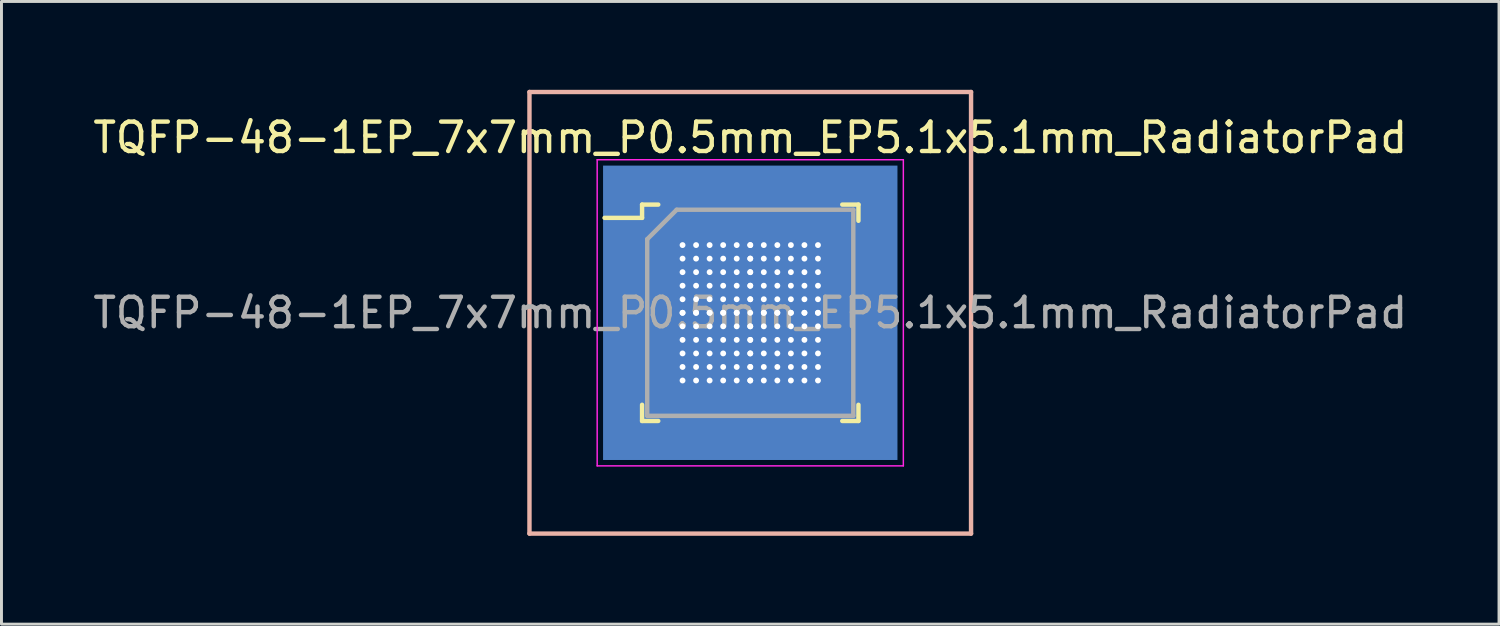
<source format=kicad_pcb>
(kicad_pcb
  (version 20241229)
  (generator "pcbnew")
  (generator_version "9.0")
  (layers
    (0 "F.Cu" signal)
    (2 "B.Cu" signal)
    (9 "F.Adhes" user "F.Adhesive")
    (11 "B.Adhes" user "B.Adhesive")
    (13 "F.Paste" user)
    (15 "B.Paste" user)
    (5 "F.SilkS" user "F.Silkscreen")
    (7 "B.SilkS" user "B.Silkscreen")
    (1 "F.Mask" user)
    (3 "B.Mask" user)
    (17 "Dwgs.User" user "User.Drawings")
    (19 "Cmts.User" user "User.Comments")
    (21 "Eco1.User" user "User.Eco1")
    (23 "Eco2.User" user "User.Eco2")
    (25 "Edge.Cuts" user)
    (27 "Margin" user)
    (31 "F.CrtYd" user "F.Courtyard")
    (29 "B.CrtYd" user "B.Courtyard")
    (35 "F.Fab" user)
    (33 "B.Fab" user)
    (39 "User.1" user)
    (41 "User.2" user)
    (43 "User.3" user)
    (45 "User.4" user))
  (footprint "TQFP-48-1EP_7x7mm_P0.5mm_EP5.1x5.1mm_RadiatorPad"
    (layer "F.Cu")
    (at 22.435 7.575)
    (property "Reference" "TQFP-48-1EP_7x7mm_P0.5mm_EP5.1x5.1mm_RadiatorPad" (at 0 -5.95 0) (layer "F.SilkS") (effects (font (size 1 1) (thickness 0.15))))
    (attr smd)
    (fp_line (start -3.675 -3.675) (end -3.675 -3.225) (stroke (width 0.15) (type solid)) (layer "F.SilkS"))
    (fp_line (start -3.675 -3.675) (end -3.125 -3.675) (stroke (width 0.15) (type solid)) (layer "F.SilkS"))
    (fp_line (start -3.675 -3.225) (end -4.95 -3.225) (stroke (width 0.15) (type solid)) (layer "F.SilkS"))
    (fp_line (start -3.675 3.675) (end -3.675 3.125) (stroke (width 0.15) (type solid)) (layer "F.SilkS"))
    (fp_line (start -3.675 3.675) (end -3.125 3.675) (stroke (width 0.15) (type solid)) (layer "F.SilkS"))
    (fp_line (start 3.675 -3.675) (end 3.125 -3.675) (stroke (width 0.15) (type solid)) (layer "F.SilkS"))
    (fp_line (start 3.675 -3.675) (end 3.675 -3.125) (stroke (width 0.15) (type solid)) (layer "F.SilkS"))
    (fp_line (start 3.675 3.675) (end 3.125 3.675) (stroke (width 0.15) (type solid)) (layer "F.SilkS"))
    (fp_line (start 3.675 3.675) (end 3.675 3.125) (stroke (width 0.15) (type solid)) (layer "F.SilkS"))
    (fp_line (start -7.5 -7.5) (end -7.5 7.5) (stroke (width 0.15) (type solid)) (layer "B.SilkS"))
    (fp_line (start -7.5 7.5) (end 7.5 7.5) (stroke (width 0.15) (type solid)) (layer "B.SilkS"))
    (fp_line (start 7.5 -7.5) (end -7.5 -7.5) (stroke (width 0.15) (type solid)) (layer "B.SilkS"))
    (fp_line (start 7.5 7.5) (end 7.5 -7.5) (stroke (width 0.15) (type solid)) (layer "B.SilkS"))
    (fp_line (start -5.2 -5.2) (end -5.2 5.2) (stroke (width 0.05) (type solid)) (layer "F.CrtYd"))
    (fp_line (start -5.2 -5.2) (end 5.2 -5.2) (stroke (width 0.05) (type solid)) (layer "F.CrtYd"))
    (fp_line (start -5.2 5.2) (end 5.2 5.2) (stroke (width 0.05) (type solid)) (layer "F.CrtYd"))
    (fp_line (start 5.2 -5.2) (end 5.2 5.2) (stroke (width 0.05) (type solid)) (layer "F.CrtYd"))
    (fp_line (start -3.5 -2.5) (end -2.5 -3.5) (stroke (width 0.15) (type solid)) (layer "F.Fab"))
    (fp_line (start -3.5 3.5) (end -3.5 -2.5) (stroke (width 0.15) (type solid)) (layer "F.Fab"))
    (fp_line (start -2.5 -3.5) (end 3.5 -3.5) (stroke (width 0.15) (type solid)) (layer "F.Fab"))
    (fp_line (start 3.5 -3.5) (end 3.5 3.5) (stroke (width 0.15) (type solid)) (layer "F.Fab"))
    (fp_line (start 3.5 3.5) (end -3.5 3.5) (stroke (width 0.15) (type solid)) (layer "F.Fab"))
    (fp_text user "${REFERENCE}" (at 0 0 0) (layer "F.Fab") (effects (font (size 1 1) (thickness 0.15))))
    (pad "" smd rect (at -0.875 -0.875) (size 1.35 1.35) (layers "F.Paste"))
    (pad "" smd rect (at -0.875 0.875) (size 1.35 1.35) (layers "F.Paste"))
    (pad "" smd rect (at 0.875 -0.875) (size 1.35 1.35) (layers "F.Paste"))
    (pad "" smd rect (at 0.875 0.875) (size 1.35 1.35) (layers "F.Paste"))
    (pad "1" smd rect (at -4.2 -2.75) (size 1.5 0.3) (layers "F.Cu" "F.Mask" "F.Paste"))
    (pad "2" smd rect (at -4.2 -2.25) (size 1.5 0.3) (layers "F.Cu" "F.Mask" "F.Paste"))
    (pad "3" smd rect (at -4.2 -1.75) (size 1.5 0.3) (layers "F.Cu" "F.Mask" "F.Paste"))
    (pad "4" smd rect (at -4.2 -1.25) (size 1.5 0.3) (layers "F.Cu" "F.Mask" "F.Paste"))
    (pad "5" smd rect (at -4.2 -0.75) (size 1.5 0.3) (layers "F.Cu" "F.Mask" "F.Paste"))
    (pad "6" smd rect (at -4.2 -0.25) (size 1.5 0.3) (layers "F.Cu" "F.Mask" "F.Paste"))
    (pad "7" smd rect (at -4.2 0.25) (size 1.5 0.3) (layers "F.Cu" "F.Mask" "F.Paste"))
    (pad "8" smd rect (at -4.2 0.75) (size 1.5 0.3) (layers "F.Cu" "F.Mask" "F.Paste"))
    (pad "9" smd rect (at -4.2 1.25) (size 1.5 0.3) (layers "F.Cu" "F.Mask" "F.Paste"))
    (pad "10" smd rect (at -4.2 1.75) (size 1.5 0.3) (layers "F.Cu" "F.Mask" "F.Paste"))
    (pad "11" smd rect (at -4.2 2.25) (size 1.5 0.3) (layers "F.Cu" "F.Mask" "F.Paste"))
    (pad "12" smd rect (at -4.2 2.75) (size 1.5 0.3) (layers "F.Cu" "F.Mask" "F.Paste"))
    (pad "13" smd rect (at -2.75 4.2 90) (size 1.5 0.3) (layers "F.Cu" "F.Mask" "F.Paste"))
    (pad "14" smd rect (at -2.25 4.2 90) (size 1.5 0.3) (layers "F.Cu" "F.Mask" "F.Paste"))
    (pad "15" smd rect (at -1.75 4.2 90) (size 1.5 0.3) (layers "F.Cu" "F.Mask" "F.Paste"))
    (pad "16" smd rect (at -1.25 4.2 90) (size 1.5 0.3) (layers "F.Cu" "F.Mask" "F.Paste"))
    (pad "17" smd rect (at -0.75 4.2 90) (size 1.5 0.3) (layers "F.Cu" "F.Mask" "F.Paste"))
    (pad "18" smd rect (at -0.25 4.2 90) (size 1.5 0.3) (layers "F.Cu" "F.Mask" "F.Paste"))
    (pad "19" smd rect (at 0.25 4.2 90) (size 1.5 0.3) (layers "F.Cu" "F.Mask" "F.Paste"))
    (pad "20" smd rect (at 0.75 4.2 90) (size 1.5 0.3) (layers "F.Cu" "F.Mask" "F.Paste"))
    (pad "21" smd rect (at 1.25 4.2 90) (size 1.5 0.3) (layers "F.Cu" "F.Mask" "F.Paste"))
    (pad "22" smd rect (at 1.75 4.2 90) (size 1.5 0.3) (layers "F.Cu" "F.Mask" "F.Paste"))
    (pad "23" smd rect (at 2.25 4.2 90) (size 1.5 0.3) (layers "F.Cu" "F.Mask" "F.Paste"))
    (pad "24" smd rect (at 2.75 4.2 90) (size 1.5 0.3) (layers "F.Cu" "F.Mask" "F.Paste"))
    (pad "25" smd rect (at 4.2 2.75) (size 1.5 0.3) (layers "F.Cu" "F.Mask" "F.Paste"))
    (pad "26" smd rect (at 4.2 2.25) (size 1.5 0.3) (layers "F.Cu" "F.Mask" "F.Paste"))
    (pad "27" smd rect (at 4.2 1.75) (size 1.5 0.3) (layers "F.Cu" "F.Mask" "F.Paste"))
    (pad "28" smd rect (at 4.2 1.25) (size 1.5 0.3) (layers "F.Cu" "F.Mask" "F.Paste"))
    (pad "29" smd rect (at 4.2 0.75) (size 1.5 0.3) (layers "F.Cu" "F.Mask" "F.Paste"))
    (pad "30" smd rect (at 4.2 0.25) (size 1.5 0.3) (layers "F.Cu" "F.Mask" "F.Paste"))
    (pad "31" smd rect (at 4.2 -0.25) (size 1.5 0.3) (layers "F.Cu" "F.Mask" "F.Paste"))
    (pad "32" smd rect (at 4.2 -0.75) (size 1.5 0.3) (layers "F.Cu" "F.Mask" "F.Paste"))
    (pad "33" smd rect (at 4.2 -1.25) (size 1.5 0.3) (layers "F.Cu" "F.Mask" "F.Paste"))
    (pad "34" smd rect (at 4.2 -1.75) (size 1.5 0.3) (layers "F.Cu" "F.Mask" "F.Paste"))
    (pad "35" smd rect (at 4.2 -2.25) (size 1.5 0.3) (layers "F.Cu" "F.Mask" "F.Paste"))
    (pad "36" smd rect (at 4.2 -2.75) (size 1.5 0.3) (layers "F.Cu" "F.Mask" "F.Paste"))
    (pad "37" smd rect (at 2.75 -4.2 90) (size 1.5 0.3) (layers "F.Cu" "F.Mask" "F.Paste"))
    (pad "38" smd rect (at 2.25 -4.2 90) (size 1.5 0.3) (layers "F.Cu" "F.Mask" "F.Paste"))
    (pad "39" smd rect (at 1.75 -4.2 90) (size 1.5 0.3) (layers "F.Cu" "F.Mask" "F.Paste"))
    (pad "40" smd rect (at 1.25 -4.2 90) (size 1.5 0.3) (layers "F.Cu" "F.Mask" "F.Paste"))
    (pad "41" smd rect (at 0.75 -4.2 90) (size 1.5 0.3) (layers "F.Cu" "F.Mask" "F.Paste"))
    (pad "42" smd rect (at 0.25 -4.2 90) (size 1.5 0.3) (layers "F.Cu" "F.Mask" "F.Paste"))
    (pad "43" smd rect (at -0.25 -4.2 90) (size 1.5 0.3) (layers "F.Cu" "F.Mask" "F.Paste"))
    (pad "44" smd rect (at -0.75 -4.2 90) (size 1.5 0.3) (layers "F.Cu" "F.Mask" "F.Paste"))
    (pad "45" smd rect (at -1.25 -4.2 90) (size 1.5 0.3) (layers "F.Cu" "F.Mask" "F.Paste"))
    (pad "46" smd rect (at -1.75 -4.2 90) (size 1.5 0.3) (layers "F.Cu" "F.Mask" "F.Paste"))
    (pad "47" smd rect (at -2.25 -4.2 90) (size 1.5 0.3) (layers "F.Cu" "F.Mask" "F.Paste"))
    (pad "48" smd rect (at -2.75 -4.2 90) (size 1.5 0.3) (layers "F.Cu" "F.Mask" "F.Paste"))
    (pad "49" thru_hole circle (at -2.3 -2.3) (size 0.45 0.45) (drill 0.2) (layers "*.Cu"))
    (pad "49" thru_hole circle (at -2.3 -1.84) (size 0.45 0.45) (drill 0.2) (layers "*.Cu"))
    (pad "49" thru_hole circle (at -2.3 -1.38) (size 0.45 0.45) (drill 0.2) (layers "*.Cu"))
    (pad "49" thru_hole circle (at -2.3 -0.92) (size 0.45 0.45) (drill 0.2) (layers "*.Cu"))
    (pad "49" thru_hole circle (at -2.3 -0.46) (size 0.45 0.45) (drill 0.2) (layers "*.Cu"))
    (pad "49" thru_hole circle (at -2.3 0) (size 0.45 0.45) (drill 0.2) (layers "*.Cu"))
    (pad "49" thru_hole circle (at -2.3 0) (size 0.45 0.45) (drill 0.2) (layers "*.Cu"))
    (pad "49" thru_hole circle (at -2.3 0.46) (size 0.45 0.45) (drill 0.2) (layers "*.Cu"))
    (pad "49" thru_hole circle (at -2.3 0.92) (size 0.45 0.45) (drill 0.2) (layers "*.Cu"))
    (pad "49" thru_hole circle (at -2.3 1.38) (size 0.45 0.45) (drill 0.2) (layers "*.Cu"))
    (pad "49" thru_hole circle (at -2.3 1.84) (size 0.45 0.45) (drill 0.2) (layers "*.Cu"))
    (pad "49" thru_hole circle (at -2.3 2.3) (size 0.45 0.45) (drill 0.2) (layers "*.Cu"))
    (pad "49" thru_hole circle (at -1.84 -2.3) (size 0.45 0.45) (drill 0.2) (layers "*.Cu"))
    (pad "49" thru_hole circle (at -1.84 -1.84) (size 0.45 0.45) (drill 0.2) (layers "*.Cu"))
    (pad "49" thru_hole circle (at -1.84 -1.38) (size 0.45 0.45) (drill 0.2) (layers "*.Cu"))
    (pad "49" thru_hole circle (at -1.84 -0.92) (size 0.45 0.45) (drill 0.2) (layers "*.Cu"))
    (pad "49" thru_hole circle (at -1.84 -0.46) (size 0.45 0.45) (drill 0.2) (layers "*.Cu"))
    (pad "49" thru_hole circle (at -1.84 0) (size 0.45 0.45) (drill 0.2) (layers "*.Cu"))
    (pad "49" thru_hole circle (at -1.84 0) (size 0.45 0.45) (drill 0.2) (layers "*.Cu"))
    (pad "49" thru_hole circle (at -1.84 0.46) (size 0.45 0.45) (drill 0.2) (layers "*.Cu"))
    (pad "49" thru_hole circle (at -1.84 0.92) (size 0.45 0.45) (drill 0.2) (layers "*.Cu"))
    (pad "49" thru_hole circle (at -1.84 1.38) (size 0.45 0.45) (drill 0.2) (layers "*.Cu"))
    (pad "49" thru_hole circle (at -1.84 1.84) (size 0.45 0.45) (drill 0.2) (layers "*.Cu"))
    (pad "49" thru_hole circle (at -1.84 2.3) (size 0.45 0.45) (drill 0.2) (layers "*.Cu"))
    (pad "49" thru_hole circle (at -1.38 -2.3) (size 0.45 0.45) (drill 0.2) (layers "*.Cu"))
    (pad "49" thru_hole circle (at -1.38 -1.84) (size 0.45 0.45) (drill 0.2) (layers "*.Cu"))
    (pad "49" thru_hole circle (at -1.38 -1.38) (size 0.45 0.45) (drill 0.2) (layers "*.Cu"))
    (pad "49" thru_hole circle (at -1.38 -0.92) (size 0.45 0.45) (drill 0.2) (layers "*.Cu"))
    (pad "49" thru_hole circle (at -1.38 -0.46) (size 0.45 0.45) (drill 0.2) (layers "*.Cu"))
    (pad "49" thru_hole circle (at -1.38 0) (size 0.45 0.45) (drill 0.2) (layers "*.Cu"))
    (pad "49" thru_hole circle (at -1.38 0) (size 0.45 0.45) (drill 0.2) (layers "*.Cu"))
    (pad "49" thru_hole circle (at -1.38 0.46) (size 0.45 0.45) (drill 0.2) (layers "*.Cu"))
    (pad "49" thru_hole circle (at -1.38 0.92) (size 0.45 0.45) (drill 0.2) (layers "*.Cu"))
    (pad "49" thru_hole circle (at -1.38 1.38) (size 0.45 0.45) (drill 0.2) (layers "*.Cu"))
    (pad "49" thru_hole circle (at -1.38 1.84) (size 0.45 0.45) (drill 0.2) (layers "*.Cu"))
    (pad "49" thru_hole circle (at -1.38 2.3) (size 0.45 0.45) (drill 0.2) (layers "*.Cu"))
    (pad "49" thru_hole circle (at -0.92 -2.3) (size 0.45 0.45) (drill 0.2) (layers "*.Cu"))
    (pad "49" thru_hole circle (at -0.92 -1.84) (size 0.45 0.45) (drill 0.2) (layers "*.Cu"))
    (pad "49" thru_hole circle (at -0.92 -1.38) (size 0.45 0.45) (drill 0.2) (layers "*.Cu"))
    (pad "49" thru_hole circle (at -0.92 -0.92) (size 0.45 0.45) (drill 0.2) (layers "*.Cu"))
    (pad "49" thru_hole circle (at -0.92 -0.46) (size 0.45 0.45) (drill 0.2) (layers "*.Cu"))
    (pad "49" thru_hole circle (at -0.92 0) (size 0.45 0.45) (drill 0.2) (layers "*.Cu"))
    (pad "49" thru_hole circle (at -0.92 0) (size 0.45 0.45) (drill 0.2) (layers "*.Cu"))
    (pad "49" thru_hole circle (at -0.92 0.46) (size 0.45 0.45) (drill 0.2) (layers "*.Cu"))
    (pad "49" thru_hole circle (at -0.92 0.92) (size 0.45 0.45) (drill 0.2) (layers "*.Cu"))
    (pad "49" thru_hole circle (at -0.92 1.38) (size 0.45 0.45) (drill 0.2) (layers "*.Cu"))
    (pad "49" thru_hole circle (at -0.92 1.84) (size 0.45 0.45) (drill 0.2) (layers "*.Cu"))
    (pad "49" thru_hole circle (at -0.92 2.3) (size 0.45 0.45) (drill 0.2) (layers "*.Cu"))
    (pad "49" thru_hole circle (at -0.46 -2.3) (size 0.45 0.45) (drill 0.2) (layers "*.Cu"))
    (pad "49" thru_hole circle (at -0.46 -1.84) (size 0.45 0.45) (drill 0.2) (layers "*.Cu"))
    (pad "49" thru_hole circle (at -0.46 -1.38) (size 0.45 0.45) (drill 0.2) (layers "*.Cu"))
    (pad "49" thru_hole circle (at -0.46 -0.92) (size 0.45 0.45) (drill 0.2) (layers "*.Cu"))
    (pad "49" thru_hole circle (at -0.46 -0.46) (size 0.45 0.45) (drill 0.2) (layers "*.Cu"))
    (pad "49" thru_hole circle (at -0.46 0) (size 0.45 0.45) (drill 0.2) (layers "*.Cu"))
    (pad "49" thru_hole circle (at -0.46 0) (size 0.45 0.45) (drill 0.2) (layers "*.Cu"))
    (pad "49" thru_hole circle (at -0.46 0.46) (size 0.45 0.45) (drill 0.2) (layers "*.Cu"))
    (pad "49" thru_hole circle (at -0.46 0.92) (size 0.45 0.45) (drill 0.2) (layers "*.Cu"))
    (pad "49" thru_hole circle (at -0.46 1.38) (size 0.45 0.45) (drill 0.2) (layers "*.Cu"))
    (pad "49" thru_hole circle (at -0.46 1.84) (size 0.45 0.45) (drill 0.2) (layers "*.Cu"))
    (pad "49" thru_hole circle (at -0.46 2.3) (size 0.45 0.45) (drill 0.2) (layers "*.Cu"))
    (pad "49" thru_hole circle (at 0 -2.3) (size 0.45 0.45) (drill 0.2) (layers "*.Cu"))
    (pad "49" thru_hole circle (at 0 -2.3) (size 0.45 0.45) (drill 0.2) (layers "*.Cu"))
    (pad "49" thru_hole circle (at 0 -1.84) (size 0.45 0.45) (drill 0.2) (layers "*.Cu"))
    (pad "49" thru_hole circle (at 0 -1.84) (size 0.45 0.45) (drill 0.2) (layers "*.Cu"))
    (pad "49" thru_hole circle (at 0 -1.38) (size 0.45 0.45) (drill 0.2) (layers "*.Cu"))
    (pad "49" thru_hole circle (at 0 -1.38) (size 0.45 0.45) (drill 0.2) (layers "*.Cu"))
    (pad "49" thru_hole circle (at 0 -0.92) (size 0.45 0.45) (drill 0.2) (layers "*.Cu"))
    (pad "49" thru_hole circle (at 0 -0.92) (size 0.45 0.45) (drill 0.2) (layers "*.Cu"))
    (pad "49" thru_hole circle (at 0 -0.46) (size 0.45 0.45) (drill 0.2) (layers "*.Cu"))
    (pad "49" thru_hole circle (at 0 -0.46) (size 0.45 0.45) (drill 0.2) (layers "*.Cu"))
    (pad "49" thru_hole circle (at 0 0) (size 0.45 0.45) (drill 0.2) (layers "*.Cu"))
    (pad "49" smd rect (at 0 0) (size 5.1 5.1) (layers "F.Cu" "F.Mask"))
    (pad "49" smd rect (at 0 0) (size 10 10) (layers "B.Cu" "B.Mask"))
    (pad "49" thru_hole circle (at 0 0.46) (size 0.45 0.45) (drill 0.2) (layers "*.Cu"))
    (pad "49" thru_hole circle (at 0 0.46) (size 0.45 0.45) (drill 0.2) (layers "*.Cu"))
    (pad "49" thru_hole circle (at 0 0.92) (size 0.45 0.45) (drill 0.2) (layers "*.Cu"))
    (pad "49" thru_hole circle (at 0 0.92) (size 0.45 0.45) (drill 0.2) (layers "*.Cu"))
    (pad "49" thru_hole circle (at 0 1.38) (size 0.45 0.45) (drill 0.2) (layers "*.Cu"))
    (pad "49" thru_hole circle (at 0 1.38) (size 0.45 0.45) (drill 0.2) (layers "*.Cu"))
    (pad "49" thru_hole circle (at 0 1.84) (size 0.45 0.45) (drill 0.2) (layers "*.Cu"))
    (pad "49" thru_hole circle (at 0 1.84) (size 0.45 0.45) (drill 0.2) (layers "*.Cu"))
    (pad "49" thru_hole circle (at 0 2.3) (size 0.45 0.45) (drill 0.2) (layers "*.Cu"))
    (pad "49" thru_hole circle (at 0 2.3) (size 0.45 0.45) (drill 0.2) (layers "*.Cu"))
    (pad "49" thru_hole circle (at 0.46 -2.3) (size 0.45 0.45) (drill 0.2) (layers "*.Cu"))
    (pad "49" thru_hole circle (at 0.46 -1.84) (size 0.45 0.45) (drill 0.2) (layers "*.Cu"))
    (pad "49" thru_hole circle (at 0.46 -1.38) (size 0.45 0.45) (drill 0.2) (layers "*.Cu"))
    (pad "49" thru_hole circle (at 0.46 -0.92) (size 0.45 0.45) (drill 0.2) (layers "*.Cu"))
    (pad "49" thru_hole circle (at 0.46 -0.46) (size 0.45 0.45) (drill 0.2) (layers "*.Cu"))
    (pad "49" thru_hole circle (at 0.46 0) (size 0.45 0.45) (drill 0.2) (layers "*.Cu"))
    (pad "49" thru_hole circle (at 0.46 0) (size 0.45 0.45) (drill 0.2) (layers "*.Cu"))
    (pad "49" thru_hole circle (at 0.46 0.46) (size 0.45 0.45) (drill 0.2) (layers "*.Cu"))
    (pad "49" thru_hole circle (at 0.46 0.92) (size 0.45 0.45) (drill 0.2) (layers "*.Cu"))
    (pad "49" thru_hole circle (at 0.46 1.38) (size 0.45 0.45) (drill 0.2) (layers "*.Cu"))
    (pad "49" thru_hole circle (at 0.46 1.84) (size 0.45 0.45) (drill 0.2) (layers "*.Cu"))
    (pad "49" thru_hole circle (at 0.46 2.3) (size 0.45 0.45) (drill 0.2) (layers "*.Cu"))
    (pad "49" thru_hole circle (at 0.92 -2.3) (size 0.45 0.45) (drill 0.2) (layers "*.Cu"))
    (pad "49" thru_hole circle (at 0.92 -1.84) (size 0.45 0.45) (drill 0.2) (layers "*.Cu"))
    (pad "49" thru_hole circle (at 0.92 -1.38) (size 0.45 0.45) (drill 0.2) (layers "*.Cu"))
    (pad "49" thru_hole circle (at 0.92 -0.92) (size 0.45 0.45) (drill 0.2) (layers "*.Cu"))
    (pad "49" thru_hole circle (at 0.92 -0.46) (size 0.45 0.45) (drill 0.2) (layers "*.Cu"))
    (pad "49" thru_hole circle (at 0.92 0) (size 0.45 0.45) (drill 0.2) (layers "*.Cu"))
    (pad "49" thru_hole circle (at 0.92 0) (size 0.45 0.45) (drill 0.2) (layers "*.Cu"))
    (pad "49" thru_hole circle (at 0.92 0.46) (size 0.45 0.45) (drill 0.2) (layers "*.Cu"))
    (pad "49" thru_hole circle (at 0.92 0.92) (size 0.45 0.45) (drill 0.2) (layers "*.Cu"))
    (pad "49" thru_hole circle (at 0.92 1.38) (size 0.45 0.45) (drill 0.2) (layers "*.Cu"))
    (pad "49" thru_hole circle (at 0.92 1.84) (size 0.45 0.45) (drill 0.2) (layers "*.Cu"))
    (pad "49" thru_hole circle (at 0.92 2.3) (size 0.45 0.45) (drill 0.2) (layers "*.Cu"))
    (pad "49" thru_hole circle (at 1.38 -2.3) (size 0.45 0.45) (drill 0.2) (layers "*.Cu"))
    (pad "49" thru_hole circle (at 1.38 -1.84) (size 0.45 0.45) (drill 0.2) (layers "*.Cu"))
    (pad "49" thru_hole circle (at 1.38 -1.38) (size 0.45 0.45) (drill 0.2) (layers "*.Cu"))
    (pad "49" thru_hole circle (at 1.38 -0.92) (size 0.45 0.45) (drill 0.2) (layers "*.Cu"))
    (pad "49" thru_hole circle (at 1.38 -0.46) (size 0.45 0.45) (drill 0.2) (layers "*.Cu"))
    (pad "49" thru_hole circle (at 1.38 0) (size 0.45 0.45) (drill 0.2) (layers "*.Cu"))
    (pad "49" thru_hole circle (at 1.38 0) (size 0.45 0.45) (drill 0.2) (layers "*.Cu"))
    (pad "49" thru_hole circle (at 1.38 0.46) (size 0.45 0.45) (drill 0.2) (layers "*.Cu"))
    (pad "49" thru_hole circle (at 1.38 0.92) (size 0.45 0.45) (drill 0.2) (layers "*.Cu"))
    (pad "49" thru_hole circle (at 1.38 1.38) (size 0.45 0.45) (drill 0.2) (layers "*.Cu"))
    (pad "49" thru_hole circle (at 1.38 1.84) (size 0.45 0.45) (drill 0.2) (layers "*.Cu"))
    (pad "49" thru_hole circle (at 1.38 2.3) (size 0.45 0.45) (drill 0.2) (layers "*.Cu"))
    (pad "49" thru_hole circle (at 1.84 -2.3) (size 0.45 0.45) (drill 0.2) (layers "*.Cu"))
    (pad "49" thru_hole circle (at 1.84 -1.84) (size 0.45 0.45) (drill 0.2) (layers "*.Cu"))
    (pad "49" thru_hole circle (at 1.84 -1.38) (size 0.45 0.45) (drill 0.2) (layers "*.Cu"))
    (pad "49" thru_hole circle (at 1.84 -0.92) (size 0.45 0.45) (drill 0.2) (layers "*.Cu"))
    (pad "49" thru_hole circle (at 1.84 -0.46) (size 0.45 0.45) (drill 0.2) (layers "*.Cu"))
    (pad "49" thru_hole circle (at 1.84 0) (size 0.45 0.45) (drill 0.2) (layers "*.Cu"))
    (pad "49" thru_hole circle (at 1.84 0) (size 0.45 0.45) (drill 0.2) (layers "*.Cu"))
    (pad "49" thru_hole circle (at 1.84 0.46) (size 0.45 0.45) (drill 0.2) (layers "*.Cu"))
    (pad "49" thru_hole circle (at 1.84 0.92) (size 0.45 0.45) (drill 0.2) (layers "*.Cu"))
    (pad "49" thru_hole circle (at 1.84 1.38) (size 0.45 0.45) (drill 0.2) (layers "*.Cu"))
    (pad "49" thru_hole circle (at 1.84 1.84) (size 0.45 0.45) (drill 0.2) (layers "*.Cu"))
    (pad "49" thru_hole circle (at 1.84 2.3) (size 0.45 0.45) (drill 0.2) (layers "*.Cu"))
    (pad "49" thru_hole circle (at 2.3 -2.3) (size 0.45 0.45) (drill 0.2) (layers "*.Cu"))
    (pad "49" thru_hole circle (at 2.3 -1.84) (size 0.45 0.45) (drill 0.2) (layers "*.Cu"))
    (pad "49" thru_hole circle (at 2.3 -1.38) (size 0.45 0.45) (drill 0.2) (layers "*.Cu"))
    (pad "49" thru_hole circle (at 2.3 -0.92) (size 0.45 0.45) (drill 0.2) (layers "*.Cu"))
    (pad "49" thru_hole circle (at 2.3 -0.46) (size 0.45 0.45) (drill 0.2) (layers "*.Cu"))
    (pad "49" thru_hole circle (at 2.3 0) (size 0.45 0.45) (drill 0.2) (layers "*.Cu"))
    (pad "49" thru_hole circle (at 2.3 0) (size 0.45 0.45) (drill 0.2) (layers "*.Cu"))
    (pad "49" thru_hole circle (at 2.3 0.46) (size 0.45 0.45) (drill 0.2) (layers "*.Cu"))
    (pad "49" thru_hole circle (at 2.3 0.92) (size 0.45 0.45) (drill 0.2) (layers "*.Cu"))
    (pad "49" thru_hole circle (at 2.3 1.38) (size 0.45 0.45) (drill 0.2) (layers "*.Cu"))
    (pad "49" thru_hole circle (at 2.3 1.84) (size 0.45 0.45) (drill 0.2) (layers "*.Cu"))
    (pad "49" thru_hole circle (at 2.3 2.3) (size 0.45 0.45) (drill 0.2) (layers "*.Cu")))
  (gr_rect
    (start -3 -3)
    (end 47.869 18.15)
    (stroke (width 0.1) (type default))
    (fill no)
    (layer "Edge.Cuts")))
</source>
